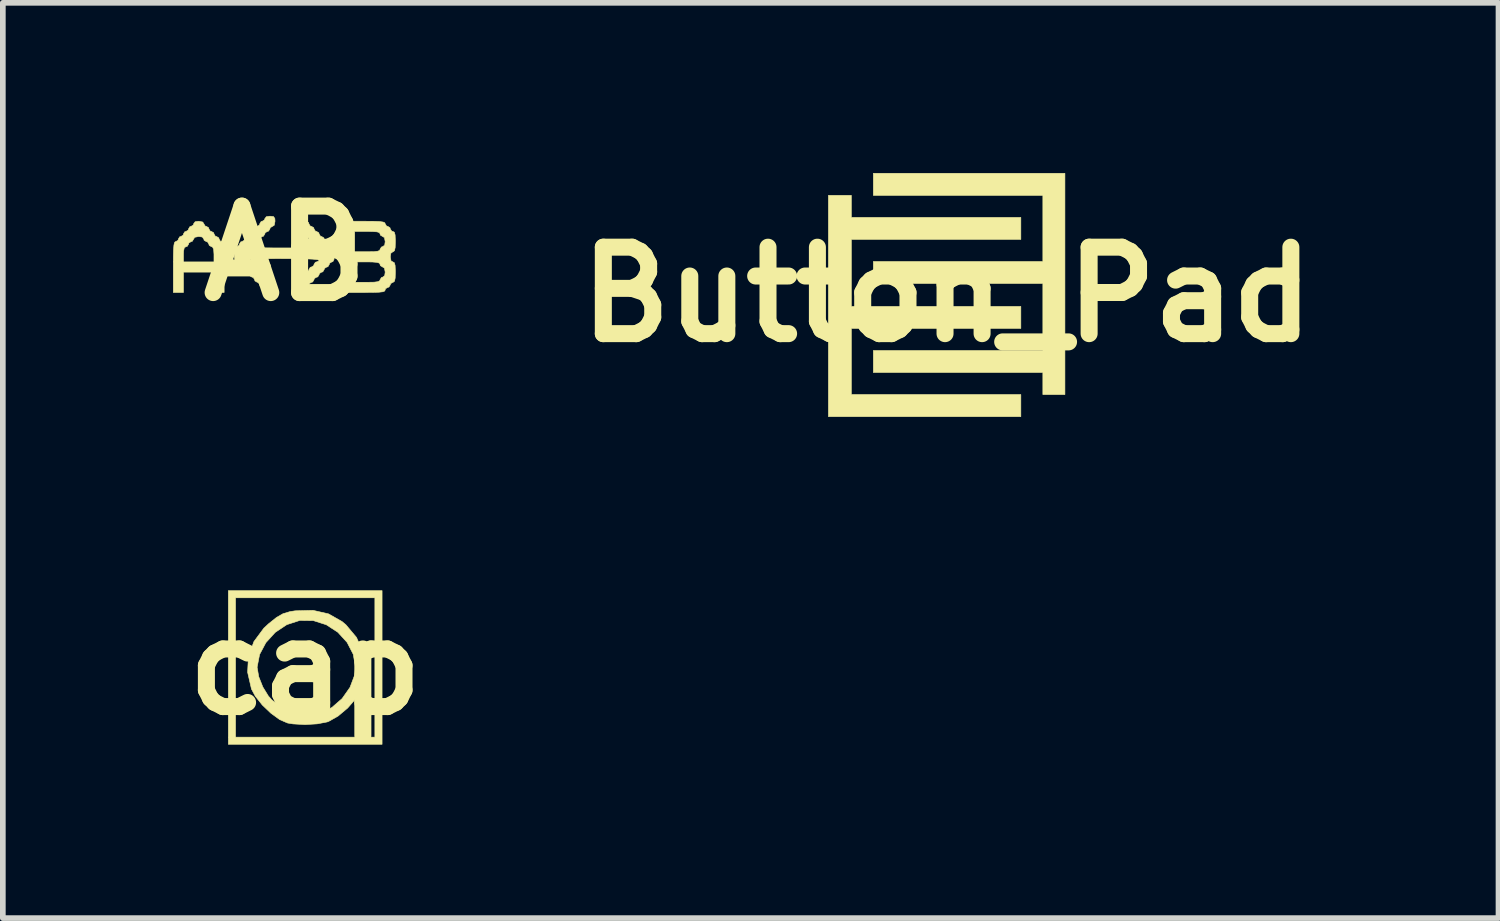
<source format=kicad_pcb>
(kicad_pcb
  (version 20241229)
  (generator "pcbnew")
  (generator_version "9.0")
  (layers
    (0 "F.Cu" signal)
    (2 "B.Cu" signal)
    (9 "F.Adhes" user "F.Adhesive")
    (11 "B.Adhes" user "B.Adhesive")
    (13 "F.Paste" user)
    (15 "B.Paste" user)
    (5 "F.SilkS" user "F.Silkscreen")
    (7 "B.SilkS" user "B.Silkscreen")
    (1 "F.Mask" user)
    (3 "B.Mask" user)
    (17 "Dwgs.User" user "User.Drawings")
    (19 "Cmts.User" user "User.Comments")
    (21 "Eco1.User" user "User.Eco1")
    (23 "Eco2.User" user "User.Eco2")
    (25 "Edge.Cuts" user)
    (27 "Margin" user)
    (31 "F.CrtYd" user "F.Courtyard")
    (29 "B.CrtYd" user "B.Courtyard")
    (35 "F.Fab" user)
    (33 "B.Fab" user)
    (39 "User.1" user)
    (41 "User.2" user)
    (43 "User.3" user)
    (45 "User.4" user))
  (footprint "Button_Pad"
    (layer "F.Cu")
    (at 13.645 2.142)
    (property "Reference" "Button_Pad" (at 0 0 0) (layer "F.SilkS") (effects (font (size 1.524 1.524) (thickness 0.3))))
    (attr through_hole)
    (fp_poly (pts (xy -1.688 -1.36) (xy 1.3 -1.36) (xy 1.3 -0.971) (xy -1.688 -0.971) (xy -1.688 0.209) (xy 1.3 0.209) (xy 1.3 0.598) (xy -1.688 0.598) (xy -1.688 1.763) (xy 1.3 1.763) (xy 1.3 2.152) (xy -2.092 2.152) (xy -2.092 -1.748) (xy -1.688 -1.748) (xy -1.688 -1.36)) (stroke (width 0.01) (type solid)) (fill yes) (layer "F.SilkS"))
    (fp_poly (pts (xy 2.077 1.763) (xy 1.688 1.763) (xy 1.688 1.375) (xy -1.3 1.375) (xy -1.3 0.986) (xy 1.688 0.986) (xy 1.688 -0.194) (xy -1.3 -0.194) (xy -1.3 -0.583) (xy 1.688 -0.583) (xy 1.688 -1.748) (xy -1.3 -1.748) (xy -1.3 -2.137) (xy 2.077 -2.137) (xy 2.077 1.763)) (stroke (width 0.01) (type solid)) (fill yes) (layer "F.SilkS")))
  (footprint "AB"
    (layer "F.Cu")
    (at 1.977 1.418)
    (property "Reference" "AB" (at 0 0 0) (layer "F.SilkS") (effects (font (size 1.524 1.524) (thickness 0.3))))
    (attr through_hole)
    (fp_poly (pts (xy -1.453 -0.554) (xy -1.434 -0.523) (xy -1.41 -0.483) (xy -1.39 -0.478) (xy -1.35 -0.454) (xy -1.345 -0.433) (xy -1.321 -0.394) (xy -1.3 -0.388) (xy -1.26 -0.365) (xy -1.255 -0.344) (xy -1.231 -0.304) (xy -1.21 -0.299) (xy -1.171 -0.275) (xy -1.165 -0.254) (xy -1.141 -0.214) (xy -1.121 -0.209) (xy -1.103 -0.201) (xy -1.091 -0.171) (xy -1.083 -0.111) (xy -1.078 -0.013) (xy -1.076 0.133) (xy -1.076 0.239) (xy -1.076 0.687) (xy -1.255 0.687) (xy -1.255 0.329) (xy -1.793 0.329) (xy -1.793 0.687) (xy -1.972 0.687) (xy -1.972 0.239) (xy -1.971 0.064) (xy -1.97 0.015) (xy -1.793 0.015) (xy -1.793 0.149) (xy -1.255 0.149) (xy -1.255 0.015) (xy -1.261 -0.074) (xy -1.281 -0.114) (xy -1.3 -0.12) (xy -1.339 -0.143) (xy -1.345 -0.164) (xy -1.369 -0.204) (xy -1.39 -0.209) (xy -1.429 -0.233) (xy -1.434 -0.254) (xy -1.461 -0.29) (xy -1.524 -0.299) (xy -1.595 -0.285) (xy -1.614 -0.254) (xy -1.638 -0.214) (xy -1.658 -0.209) (xy -1.698 -0.185) (xy -1.703 -0.164) (xy -1.727 -0.125) (xy -1.748 -0.12) (xy -1.778 -0.102) (xy -1.791 -0.042) (xy -1.793 0.015) (xy -1.97 0.015) (xy -1.968 -0.06) (xy -1.962 -0.141) (xy -1.953 -0.187) (xy -1.938 -0.207) (xy -1.927 -0.209) (xy -1.888 -0.233) (xy -1.883 -0.254) (xy -1.859 -0.294) (xy -1.838 -0.299) (xy -1.798 -0.323) (xy -1.793 -0.344) (xy -1.769 -0.383) (xy -1.748 -0.388) (xy -1.709 -0.412) (xy -1.703 -0.433) (xy -1.679 -0.473) (xy -1.658 -0.478) (xy -1.619 -0.502) (xy -1.614 -0.523) (xy -1.587 -0.559) (xy -1.524 -0.568) (xy -1.453 -0.554)) (stroke (width 0.01) (type solid)) (fill yes) (layer "F.SilkS"))
    (fp_poly (pts (xy 1.559 -0.567) (xy 1.663 -0.563) (xy 1.726 -0.554) (xy 1.756 -0.541) (xy 1.763 -0.523) (xy 1.787 -0.483) (xy 1.808 -0.478) (xy 1.847 -0.454) (xy 1.853 -0.433) (xy 1.877 -0.394) (xy 1.898 -0.388) (xy 1.924 -0.375) (xy 1.938 -0.326) (xy 1.942 -0.231) (xy 1.942 -0.209) (xy 1.939 -0.105) (xy 1.927 -0.049) (xy 1.903 -0.03) (xy 1.898 -0.03) (xy 1.862 -0.003) (xy 1.853 0.06) (xy 1.866 0.131) (xy 1.898 0.149) (xy 1.924 0.163) (xy 1.938 0.212) (xy 1.942 0.307) (xy 1.942 0.329) (xy 1.939 0.433) (xy 1.927 0.489) (xy 1.903 0.508) (xy 1.898 0.508) (xy 1.858 0.532) (xy 1.853 0.553) (xy 1.829 0.592) (xy 1.808 0.598) (xy 1.768 0.622) (xy 1.763 0.642) (xy 1.754 0.662) (xy 1.721 0.675) (xy 1.655 0.683) (xy 1.546 0.686) (xy 1.404 0.687) (xy 1.046 0.687) (xy 1.046 0.149) (xy 1.225 0.149) (xy 1.225 0.508) (xy 1.449 0.508) (xy 1.568 0.506) (xy 1.637 0.497) (xy 1.668 0.48) (xy 1.673 0.463) (xy 1.697 0.424) (xy 1.718 0.418) (xy 1.754 0.392) (xy 1.763 0.329) (xy 1.75 0.258) (xy 1.718 0.239) (xy 1.679 0.215) (xy 1.673 0.194) (xy 1.662 0.171) (xy 1.619 0.157) (xy 1.535 0.15) (xy 1.449 0.149) (xy 1.225 0.149) (xy 1.046 0.149) (xy 1.046 -0.388) (xy 1.225 -0.388) (xy 1.225 -0.03) (xy 1.449 -0.03) (xy 1.568 -0.032) (xy 1.637 -0.041) (xy 1.668 -0.057) (xy 1.673 -0.075) (xy 1.697 -0.114) (xy 1.718 -0.12) (xy 1.754 -0.146) (xy 1.763 -0.209) (xy 1.75 -0.28) (xy 1.718 -0.299) (xy 1.679 -0.323) (xy 1.673 -0.344) (xy 1.662 -0.367) (xy 1.619 -0.381) (xy 1.535 -0.387) (xy 1.449 -0.388) (xy 1.225 -0.388) (xy 1.046 -0.388) (xy 1.046 -0.568) (xy 1.404 -0.568) (xy 1.559 -0.567)) (stroke (width 0.01) (type solid)) (fill yes) (layer "F.SilkS"))
    (fp_poly (pts (xy 0.31 -0.644) (xy 0.329 -0.613) (xy 0.353 -0.573) (xy 0.374 -0.568) (xy 0.413 -0.544) (xy 0.418 -0.523) (xy 0.442 -0.483) (xy 0.463 -0.478) (xy 0.503 -0.454) (xy 0.508 -0.433) (xy 0.532 -0.394) (xy 0.553 -0.388) (xy 0.592 -0.365) (xy 0.598 -0.344) (xy 0.622 -0.304) (xy 0.642 -0.299) (xy 0.682 -0.275) (xy 0.687 -0.254) (xy 0.711 -0.214) (xy 0.732 -0.209) (xy 0.772 -0.185) (xy 0.777 -0.164) (xy 0.801 -0.125) (xy 0.822 -0.12) (xy 0.851 -0.102) (xy 0.865 -0.042) (xy 0.867 0.015) (xy 0.861 0.104) (xy 0.841 0.144) (xy 0.822 0.149) (xy 0.782 0.173) (xy 0.777 0.194) (xy 0.753 0.234) (xy 0.732 0.239) (xy 0.693 0.263) (xy 0.687 0.284) (xy 0.663 0.324) (xy 0.642 0.329) (xy 0.603 0.353) (xy 0.598 0.374) (xy 0.574 0.413) (xy 0.553 0.418) (xy 0.513 0.442) (xy 0.508 0.463) (xy 0.484 0.503) (xy 0.463 0.508) (xy 0.424 0.532) (xy 0.418 0.553) (xy 0.394 0.592) (xy 0.374 0.598) (xy 0.334 0.622) (xy 0.329 0.642) (xy 0.302 0.678) (xy 0.239 0.687) (xy 0.176 0.68) (xy 0.152 0.645) (xy 0.149 0.598) (xy 0.163 0.526) (xy 0.194 0.508) (xy 0.234 0.484) (xy 0.239 0.463) (xy 0.263 0.424) (xy 0.284 0.418) (xy 0.323 0.394) (xy 0.329 0.374) (xy 0.353 0.334) (xy 0.374 0.329) (xy 0.413 0.305) (xy 0.418 0.284) (xy 0.442 0.244) (xy 0.463 0.239) (xy 0.503 0.215) (xy 0.508 0.194) (xy 0.532 0.155) (xy 0.553 0.149) (xy 0.593 0.133) (xy 0.598 0.12) (xy 0.568 0.109) (xy 0.483 0.1) (xy 0.344 0.094) (xy 0.156 0.09) (xy -0.015 0.09) (xy -0.238 0.091) (xy -0.414 0.095) (xy -0.54 0.102) (xy -0.611 0.111) (xy -0.628 0.12) (xy -0.603 0.146) (xy -0.583 0.149) (xy -0.543 0.173) (xy -0.538 0.194) (xy -0.514 0.234) (xy -0.493 0.239) (xy -0.453 0.263) (xy -0.448 0.284) (xy -0.424 0.324) (xy -0.403 0.329) (xy -0.364 0.353) (xy -0.359 0.374) (xy -0.335 0.413) (xy -0.314 0.418) (xy -0.274 0.442) (xy -0.269 0.463) (xy -0.245 0.503) (xy -0.224 0.508) (xy -0.189 0.535) (xy -0.179 0.598) (xy -0.187 0.661) (xy -0.222 0.685) (xy -0.269 0.687) (xy -0.34 0.674) (xy -0.359 0.642) (xy -0.383 0.603) (xy -0.403 0.598) (xy -0.443 0.574) (xy -0.448 0.553) (xy -0.472 0.513) (xy -0.493 0.508) (xy -0.533 0.484) (xy -0.538 0.463) (xy -0.562 0.424) (xy -0.583 0.418) (xy -0.622 0.394) (xy -0.628 0.374) (xy -0.651 0.334) (xy -0.672 0.329) (xy -0.712 0.305) (xy -0.717 0.284) (xy -0.741 0.244) (xy -0.762 0.239) (xy -0.802 0.215) (xy -0.807 0.194) (xy -0.831 0.155) (xy -0.852 0.149) (xy -0.881 0.132) (xy -0.895 0.072) (xy -0.896 0.015) (xy -0.891 -0.074) (xy -0.871 -0.114) (xy -0.852 -0.12) (xy -0.812 -0.143) (xy -0.807 -0.164) (xy -0.783 -0.204) (xy -0.762 -0.209) (xy -0.722 -0.233) (xy -0.717 -0.254) (xy -0.693 -0.294) (xy -0.672 -0.299) (xy -0.633 -0.323) (xy -0.628 -0.344) (xy -0.604 -0.383) (xy -0.583 -0.388) (xy -0.543 -0.412) (xy -0.538 -0.433) (xy -0.514 -0.473) (xy -0.493 -0.478) (xy -0.453 -0.502) (xy -0.448 -0.523) (xy -0.424 -0.563) (xy -0.403 -0.568) (xy -0.364 -0.592) (xy -0.359 -0.613) (xy -0.332 -0.648) (xy -0.269 -0.657) (xy -0.205 -0.65) (xy -0.182 -0.615) (xy -0.179 -0.568) (xy -0.193 -0.497) (xy -0.224 -0.478) (xy -0.264 -0.454) (xy -0.269 -0.433) (xy -0.293 -0.394) (xy -0.314 -0.388) (xy -0.353 -0.365) (xy -0.359 -0.344) (xy -0.383 -0.304) (xy -0.403 -0.299) (xy -0.443 -0.275) (xy -0.448 -0.254) (xy -0.472 -0.214) (xy -0.493 -0.209) (xy -0.533 -0.186) (xy -0.538 -0.167) (xy -0.563 -0.124) (xy -0.59 -0.11) (xy -0.578 -0.106) (xy -0.513 -0.103) (xy -0.404 -0.1) (xy -0.259 -0.098) (xy -0.086 -0.097) (xy -0.015 -0.097) (xy 0.167 -0.097) (xy 0.324 -0.099) (xy 0.447 -0.101) (xy 0.529 -0.105) (xy 0.562 -0.109) (xy 0.56 -0.11) (xy 0.516 -0.142) (xy 0.508 -0.167) (xy 0.484 -0.204) (xy 0.463 -0.209) (xy 0.424 -0.233) (xy 0.418 -0.254) (xy 0.394 -0.294) (xy 0.374 -0.299) (xy 0.334 -0.323) (xy 0.329 -0.344) (xy 0.305 -0.383) (xy 0.284 -0.388) (xy 0.244 -0.412) (xy 0.239 -0.433) (xy 0.215 -0.473) (xy 0.194 -0.478) (xy 0.159 -0.505) (xy 0.149 -0.568) (xy 0.157 -0.631) (xy 0.192 -0.655) (xy 0.239 -0.657) (xy 0.31 -0.644)) (stroke (width 0.01) (type solid)) (fill yes) (layer "F.SilkS")))
  (footprint "cap"
    (layer "F.Cu")
    (at 2.33 8.716)
    (property "Reference" "cap" (at 0 0 0) (layer "F.SilkS") (effects (font (size 1.524 1.524) (thickness 0.3))))
    (attr through_hole)
    (fp_poly (pts (xy 1.355 1.355) (xy -1.355 1.355) (xy -1.355 -1.228) (xy -1.228 -1.228) (xy -1.228 1.228) (xy 1.228 1.228) (xy 1.228 -1.228) (xy -1.228 -1.228) (xy -1.355 -1.228) (xy -1.355 -1.355) (xy 1.355 -1.355) (xy 1.355 1.355)) (stroke (width 0.01) (type solid)) (fill yes) (layer "F.SilkS"))
    (fp_poly (pts (xy 0.411 -0.945) (xy 0.649 -0.81) (xy 0.717 -0.753) (xy 0.904 -0.53) (xy 1.019 -0.273) (xy 1.06 0.003) (xy 1.023 0.282) (xy 0.988 0.385) (xy 0.893 0.549) (xy 0.748 0.715) (xy 0.579 0.857) (xy 0.413 0.951) (xy 0.388 0.96) (xy 0.212 0.994) (xy -0.002 1.007) (xy -0.214 0.995) (xy -0.311 0.979) (xy -0.45 0.919) (xy -0.606 0.805) (xy -0.757 0.661) (xy -0.88 0.506) (xy -0.947 0.381) (xy -1.015 0.085) (xy -1.011 0) (xy -0.847 0) (xy -0.819 0.163) (xy -0.747 0.344) (xy -0.649 0.504) (xy -0.586 0.574) (xy -0.362 0.738) (xy -0.144 0.824) (xy 0.084 0.837) (xy 0.266 0.802) (xy 0.471 0.705) (xy 0.651 0.548) (xy 0.79 0.35) (xy 0.872 0.133) (xy 0.887 0) (xy 0.847 -0.232) (xy 0.738 -0.443) (xy 0.575 -0.621) (xy 0.372 -0.753) (xy 0.144 -0.826) (xy -0.094 -0.829) (xy -0.096 -0.829) (xy -0.324 -0.755) (xy -0.528 -0.619) (xy -0.693 -0.438) (xy -0.804 -0.229) (xy -0.847 -0.008) (xy -0.847 0) (xy -1.011 0) (xy -1 -0.196) (xy -0.904 -0.457) (xy -0.729 -0.693) (xy -0.646 -0.77) (xy -0.506 -0.882) (xy -0.391 -0.948) (xy -0.267 -0.985) (xy -0.176 -0.999) (xy 0.139 -1.007) (xy 0.411 -0.945)) (stroke (width 0.01) (type solid)) (fill yes) (layer "F.SilkS")))
  (gr_rect
    (start -3 -3)
    (end 23.365 13.134)
    (stroke (width 0.1) (type default))
    (fill no)
    (layer "Edge.Cuts")))
</source>
